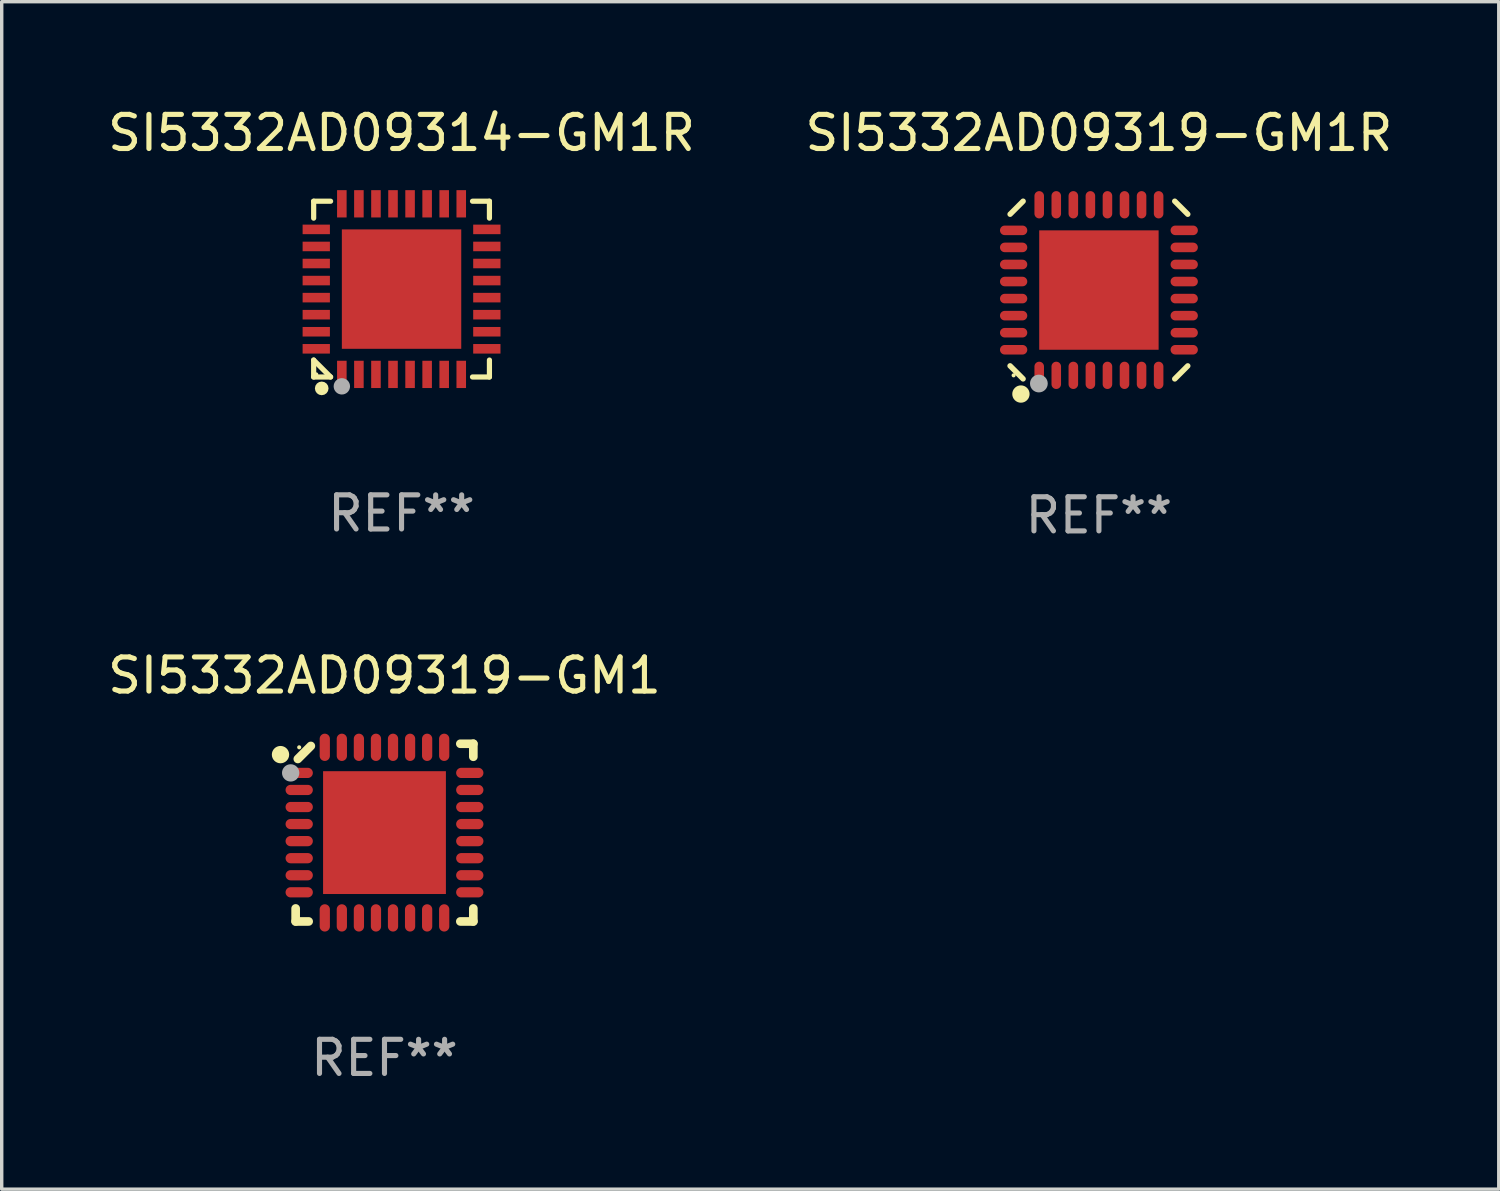
<source format=kicad_pcb>
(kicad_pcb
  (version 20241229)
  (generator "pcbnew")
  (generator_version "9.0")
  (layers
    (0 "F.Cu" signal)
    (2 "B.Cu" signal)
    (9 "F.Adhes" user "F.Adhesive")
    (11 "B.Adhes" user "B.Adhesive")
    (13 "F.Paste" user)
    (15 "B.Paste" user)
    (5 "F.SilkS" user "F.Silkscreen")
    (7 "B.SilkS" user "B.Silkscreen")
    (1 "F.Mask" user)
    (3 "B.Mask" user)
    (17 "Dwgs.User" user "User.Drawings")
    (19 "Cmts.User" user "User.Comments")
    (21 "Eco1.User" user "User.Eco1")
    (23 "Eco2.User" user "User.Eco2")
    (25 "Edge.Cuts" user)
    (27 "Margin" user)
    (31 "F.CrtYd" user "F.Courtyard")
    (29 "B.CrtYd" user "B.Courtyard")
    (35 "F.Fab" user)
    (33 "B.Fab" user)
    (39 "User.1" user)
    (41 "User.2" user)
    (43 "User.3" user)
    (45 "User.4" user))
  (footprint "SI5332AD09319-GM1R"
    (layer "F.Cu")
    (at 29.161 5.452)
    (property "Reference" "SI5332AD09319-GM1R" (at 0 -4.604 0) (layer "F.SilkS") (effects (font (size 1 1) (thickness 0.15))))
    (attr through_hole)
    (fp_line (start -2.223 2.603) (end -2.604 2.222) (stroke (width 0.16) (type solid)) (layer "F.SilkS"))
    (fp_line (start -2.222 -2.604) (end -2.603 -2.223) (stroke (width 0.16) (type solid)) (layer "F.SilkS"))
    (fp_line (start 2.223 -2.604) (end 2.604 -2.223) (stroke (width 0.16) (type solid)) (layer "F.SilkS"))
    (fp_line (start 2.604 2.223) (end 2.223 2.604) (stroke (width 0.16) (type solid)) (layer "F.SilkS"))
    (fp_circle (center -2.5 2.5) (end -2.47 2.5) (stroke (width 0.06) (type solid)) (fill no) (layer "F.SilkS"))
    (fp_circle (center -2.286 3.048) (end -2.159 3.048) (stroke (width 0.254) (type solid)) (fill no) (layer "F.SilkS"))
    (fp_circle (center -1.76 2.74) (end -1.63 2.74) (stroke (width 0.26) (type solid)) (fill no) (layer "F.Fab"))
    (fp_text user "REF**" (at 0 6.604 0) (layer "F.Fab") (effects (font (size 1 1) (thickness 0.15))))
    (pad "1" smd oval (at -1.75 2.5) (size 0.28 0.8) (layers "F.Cu" "F.Mask" "F.Paste"))
    (pad "2" smd oval (at -1.25 2.5) (size 0.28 0.8) (layers "F.Cu" "F.Mask" "F.Paste"))
    (pad "3" smd oval (at -0.75 2.5) (size 0.28 0.8) (layers "F.Cu" "F.Mask" "F.Paste"))
    (pad "4" smd oval (at -0.25 2.5) (size 0.28 0.8) (layers "F.Cu" "F.Mask" "F.Paste"))
    (pad "5" smd oval (at 0.25 2.5) (size 0.28 0.8) (layers "F.Cu" "F.Mask" "F.Paste"))
    (pad "6" smd oval (at 0.75 2.5) (size 0.28 0.8) (layers "F.Cu" "F.Mask" "F.Paste"))
    (pad "7" smd oval (at 1.25 2.5) (size 0.28 0.8) (layers "F.Cu" "F.Mask" "F.Paste"))
    (pad "8" smd oval (at 1.75 2.5) (size 0.28 0.8) (layers "F.Cu" "F.Mask" "F.Paste"))
    (pad "9" smd oval (at 2.5 1.75) (size 0.8 0.28) (layers "F.Cu" "F.Mask" "F.Paste"))
    (pad "10" smd oval (at 2.5 1.25) (size 0.8 0.28) (layers "F.Cu" "F.Mask" "F.Paste"))
    (pad "11" smd oval (at 2.5 0.75) (size 0.8 0.28) (layers "F.Cu" "F.Mask" "F.Paste"))
    (pad "12" smd oval (at 2.5 0.25) (size 0.8 0.28) (layers "F.Cu" "F.Mask" "F.Paste"))
    (pad "13" smd oval (at 2.5 -0.25) (size 0.8 0.28) (layers "F.Cu" "F.Mask" "F.Paste"))
    (pad "14" smd oval (at 2.5 -0.75) (size 0.8 0.28) (layers "F.Cu" "F.Mask" "F.Paste"))
    (pad "15" smd oval (at 2.5 -1.25) (size 0.8 0.28) (layers "F.Cu" "F.Mask" "F.Paste"))
    (pad "16" smd oval (at 2.5 -1.75) (size 0.8 0.28) (layers "F.Cu" "F.Mask" "F.Paste"))
    (pad "17" smd oval (at 1.75 -2.5) (size 0.28 0.8) (layers "F.Cu" "F.Mask" "F.Paste"))
    (pad "18" smd oval (at 1.25 -2.5) (size 0.28 0.8) (layers "F.Cu" "F.Mask" "F.Paste"))
    (pad "19" smd oval (at 0.75 -2.5) (size 0.28 0.8) (layers "F.Cu" "F.Mask" "F.Paste"))
    (pad "20" smd oval (at 0.25 -2.5) (size 0.28 0.8) (layers "F.Cu" "F.Mask" "F.Paste"))
    (pad "21" smd oval (at -0.25 -2.5) (size 0.28 0.8) (layers "F.Cu" "F.Mask" "F.Paste"))
    (pad "22" smd oval (at -0.75 -2.5) (size 0.28 0.8) (layers "F.Cu" "F.Mask" "F.Paste"))
    (pad "23" smd oval (at -1.25 -2.5) (size 0.28 0.8) (layers "F.Cu" "F.Mask" "F.Paste"))
    (pad "24" smd oval (at -1.75 -2.5) (size 0.28 0.8) (layers "F.Cu" "F.Mask" "F.Paste"))
    (pad "25" smd oval (at -2.5 -1.75) (size 0.8 0.28) (layers "F.Cu" "F.Mask" "F.Paste"))
    (pad "26" smd oval (at -2.5 -1.25) (size 0.8 0.28) (layers "F.Cu" "F.Mask" "F.Paste"))
    (pad "27" smd oval (at -2.5 -0.75) (size 0.8 0.28) (layers "F.Cu" "F.Mask" "F.Paste"))
    (pad "28" smd oval (at -2.5 -0.25) (size 0.8 0.28) (layers "F.Cu" "F.Mask" "F.Paste"))
    (pad "29" smd oval (at -2.5 0.25) (size 0.8 0.28) (layers "F.Cu" "F.Mask" "F.Paste"))
    (pad "30" smd oval (at -2.5 0.75) (size 0.8 0.28) (layers "F.Cu" "F.Mask" "F.Paste"))
    (pad "31" smd oval (at -2.5 1.25) (size 0.8 0.28) (layers "F.Cu" "F.Mask" "F.Paste"))
    (pad "32" smd oval (at -2.5 1.75) (size 0.8 0.28) (layers "F.Cu" "F.Mask" "F.Paste"))
    (pad "33" smd rect (at 0.000038 -0.000025) (size 3.5 3.5) (layers "F.Cu" "F.Mask" "F.Paste")))
  (footprint "SI5332AD09314-GM1R"
    (layer "F.Cu")
    (at 8.72 5.424)
    (property "Reference" "SI5332AD09314-GM1R" (at 0 -4.576 0) (layer "F.SilkS") (effects (font (size 1 1) (thickness 0.15))))
    (attr through_hole)
    (fp_line (start -2.576 -2.576) (end -2.08 -2.576) (stroke (width 0.152) (type solid)) (layer "F.SilkS"))
    (fp_line (start -2.576 -2.08) (end -2.576 -2.576) (stroke (width 0.152) (type solid)) (layer "F.SilkS"))
    (fp_line (start -2.576 2.08) (end -2.576 2.576) (stroke (width 0.152) (type solid)) (layer "F.SilkS"))
    (fp_line (start -2.576 2.08) (end -2.08 2.576) (stroke (width 0.152) (type solid)) (layer "F.SilkS"))
    (fp_line (start -2.576 2.576) (end -2.08 2.576) (stroke (width 0.152) (type solid)) (layer "F.SilkS"))
    (fp_line (start 2.576 -2.576) (end 2.08 -2.576) (stroke (width 0.152) (type solid)) (layer "F.SilkS"))
    (fp_line (start 2.576 -2.08) (end 2.576 -2.576) (stroke (width 0.152) (type solid)) (layer "F.SilkS"))
    (fp_line (start 2.576 2.08) (end 2.576 2.576) (stroke (width 0.152) (type solid)) (layer "F.SilkS"))
    (fp_line (start 2.576 2.576) (end 2.08 2.576) (stroke (width 0.152) (type solid)) (layer "F.SilkS"))
    (fp_circle (center -2.5 2.5) (end -2.47 2.5) (stroke (width 0.06) (type solid)) (fill no) (layer "F.SilkS"))
    (fp_circle (center -2.34 2.91) (end -2.24 2.91) (stroke (width 0.2) (type solid)) (fill no) (layer "F.SilkS"))
    (fp_circle (center -1.75 2.85) (end -1.63 2.85) (stroke (width 0.24) (type solid)) (fill no) (layer "F.Fab"))
    (fp_text user "REF**" (at 0 6.576 0) (layer "F.Fab") (effects (font (size 1 1) (thickness 0.15))))
    (pad "1" smd rect (at -1.75 2.5) (size 0.28 0.8) (layers "F.Cu" "F.Mask" "F.Paste"))
    (pad "2" smd rect (at -1.25 2.5) (size 0.28 0.8) (layers "F.Cu" "F.Mask" "F.Paste"))
    (pad "3" smd rect (at -0.75 2.5) (size 0.28 0.8) (layers "F.Cu" "F.Mask" "F.Paste"))
    (pad "4" smd rect (at -0.25 2.5) (size 0.28 0.8) (layers "F.Cu" "F.Mask" "F.Paste"))
    (pad "5" smd rect (at 0.25 2.5) (size 0.28 0.8) (layers "F.Cu" "F.Mask" "F.Paste"))
    (pad "6" smd rect (at 0.75 2.5) (size 0.28 0.8) (layers "F.Cu" "F.Mask" "F.Paste"))
    (pad "7" smd rect (at 1.25 2.5) (size 0.28 0.8) (layers "F.Cu" "F.Mask" "F.Paste"))
    (pad "8" smd rect (at 1.75 2.5) (size 0.28 0.8) (layers "F.Cu" "F.Mask" "F.Paste"))
    (pad "9" smd rect (at 2.5 1.75) (size 0.8 0.28) (layers "F.Cu" "F.Mask" "F.Paste"))
    (pad "10" smd rect (at 2.5 1.25) (size 0.8 0.28) (layers "F.Cu" "F.Mask" "F.Paste"))
    (pad "11" smd rect (at 2.5 0.75) (size 0.8 0.28) (layers "F.Cu" "F.Mask" "F.Paste"))
    (pad "12" smd rect (at 2.5 0.25) (size 0.8 0.28) (layers "F.Cu" "F.Mask" "F.Paste"))
    (pad "13" smd rect (at 2.5 -0.25) (size 0.8 0.28) (layers "F.Cu" "F.Mask" "F.Paste"))
    (pad "14" smd rect (at 2.5 -0.75) (size 0.8 0.28) (layers "F.Cu" "F.Mask" "F.Paste"))
    (pad "15" smd rect (at 2.5 -1.25) (size 0.8 0.28) (layers "F.Cu" "F.Mask" "F.Paste"))
    (pad "16" smd rect (at 2.5 -1.75) (size 0.8 0.28) (layers "F.Cu" "F.Mask" "F.Paste"))
    (pad "17" smd rect (at 1.75 -2.5) (size 0.28 0.8) (layers "F.Cu" "F.Mask" "F.Paste"))
    (pad "18" smd rect (at 1.25 -2.5) (size 0.28 0.8) (layers "F.Cu" "F.Mask" "F.Paste"))
    (pad "19" smd rect (at 0.75 -2.5) (size 0.28 0.8) (layers "F.Cu" "F.Mask" "F.Paste"))
    (pad "20" smd rect (at 0.25 -2.5) (size 0.28 0.8) (layers "F.Cu" "F.Mask" "F.Paste"))
    (pad "21" smd rect (at -0.25 -2.5) (size 0.28 0.8) (layers "F.Cu" "F.Mask" "F.Paste"))
    (pad "22" smd rect (at -0.75 -2.5) (size 0.28 0.8) (layers "F.Cu" "F.Mask" "F.Paste"))
    (pad "23" smd rect (at -1.25 -2.5) (size 0.28 0.8) (layers "F.Cu" "F.Mask" "F.Paste"))
    (pad "24" smd rect (at -1.75 -2.5) (size 0.28 0.8) (layers "F.Cu" "F.Mask" "F.Paste"))
    (pad "25" smd rect (at -2.5 -1.75) (size 0.8 0.28) (layers "F.Cu" "F.Mask" "F.Paste"))
    (pad "26" smd rect (at -2.5 -1.25) (size 0.8 0.28) (layers "F.Cu" "F.Mask" "F.Paste"))
    (pad "27" smd rect (at -2.5 -0.75) (size 0.8 0.28) (layers "F.Cu" "F.Mask" "F.Paste"))
    (pad "28" smd rect (at -2.5 -0.25) (size 0.8 0.28) (layers "F.Cu" "F.Mask" "F.Paste"))
    (pad "29" smd rect (at -2.5 0.25) (size 0.8 0.28) (layers "F.Cu" "F.Mask" "F.Paste"))
    (pad "30" smd rect (at -2.5 0.75) (size 0.8 0.28) (layers "F.Cu" "F.Mask" "F.Paste"))
    (pad "31" smd rect (at -2.5 1.25) (size 0.8 0.28) (layers "F.Cu" "F.Mask" "F.Paste"))
    (pad "32" smd rect (at -2.5 1.75) (size 0.8 0.28) (layers "F.Cu" "F.Mask" "F.Paste"))
    (pad "33" smd rect (at 0 0) (size 3.5 3.5) (layers "F.Cu" "F.Mask" "F.Paste")))
  (footprint "SI5332AD09319-GM1"
    (layer "F.Cu")
    (at 8.22 21.355)
    (property "Reference" "SI5332AD09319-GM1" (at 0 -4.604 0) (layer "F.SilkS") (effects (font (size 1 1) (thickness 0.15))))
    (attr through_hole)
    (fp_line (start -2.604 2.223) (end -2.604 2.604) (stroke (width 0.254) (type solid)) (layer "F.SilkS"))
    (fp_line (start -2.604 2.604) (end -2.223 2.604) (stroke (width 0.254) (type solid)) (layer "F.SilkS"))
    (fp_line (start -2.159 -2.54) (end -2.54 -2.159) (stroke (width 0.254) (type solid)) (layer "F.SilkS"))
    (fp_line (start 2.223 2.604) (end 2.604 2.604) (stroke (width 0.254) (type solid)) (layer "F.SilkS"))
    (fp_line (start 2.604 -2.604) (end 2.223 -2.604) (stroke (width 0.254) (type solid)) (layer "F.SilkS"))
    (fp_line (start 2.604 -2.223) (end 2.604 -2.604) (stroke (width 0.254) (type solid)) (layer "F.SilkS"))
    (fp_line (start 2.604 2.604) (end 2.604 2.223) (stroke (width 0.254) (type solid)) (layer "F.SilkS"))
    (fp_circle (center -3.048 -2.286) (end -2.921 -2.286) (stroke (width 0.254) (type solid)) (fill no) (layer "F.SilkS"))
    (fp_circle (center -2.5 -2.5) (end -2.47 -2.5) (stroke (width 0.06) (type solid)) (fill no) (layer "F.SilkS"))
    (fp_circle (center -2.75 -1.75) (end -2.623 -1.75) (stroke (width 0.254) (type solid)) (fill no) (layer "F.Fab"))
    (fp_text user "REF**" (at 0 6.604 0) (layer "F.Fab") (effects (font (size 1 1) (thickness 0.15))))
    (pad "1" smd oval (at -2.5 -1.75) (size 0.8 0.3) (layers "F.Cu" "F.Mask" "F.Paste"))
    (pad "2" smd oval (at -2.5 -1.25) (size 0.8 0.3) (layers "F.Cu" "F.Mask" "F.Paste"))
    (pad "3" smd oval (at -2.5 -0.75) (size 0.8 0.3) (layers "F.Cu" "F.Mask" "F.Paste"))
    (pad "4" smd oval (at -2.5 -0.25) (size 0.8 0.3) (layers "F.Cu" "F.Mask" "F.Paste"))
    (pad "5" smd oval (at -2.5 0.25) (size 0.8 0.3) (layers "F.Cu" "F.Mask" "F.Paste"))
    (pad "6" smd oval (at -2.5 0.75) (size 0.8 0.3) (layers "F.Cu" "F.Mask" "F.Paste"))
    (pad "7" smd oval (at -2.5 1.25) (size 0.8 0.3) (layers "F.Cu" "F.Mask" "F.Paste"))
    (pad "8" smd oval (at -2.5 1.75) (size 0.8 0.3) (layers "F.Cu" "F.Mask" "F.Paste"))
    (pad "9" smd oval (at -1.75 2.5) (size 0.3 0.8) (layers "F.Cu" "F.Mask" "F.Paste"))
    (pad "10" smd oval (at -1.25 2.5) (size 0.3 0.8) (layers "F.Cu" "F.Mask" "F.Paste"))
    (pad "11" smd oval (at -0.75 2.5) (size 0.3 0.8) (layers "F.Cu" "F.Mask" "F.Paste"))
    (pad "12" smd oval (at -0.25 2.5) (size 0.3 0.8) (layers "F.Cu" "F.Mask" "F.Paste"))
    (pad "13" smd oval (at 0.25 2.5) (size 0.3 0.8) (layers "F.Cu" "F.Mask" "F.Paste"))
    (pad "14" smd oval (at 0.75 2.5) (size 0.3 0.8) (layers "F.Cu" "F.Mask" "F.Paste"))
    (pad "15" smd oval (at 1.25 2.5) (size 0.3 0.8) (layers "F.Cu" "F.Mask" "F.Paste"))
    (pad "16" smd oval (at 1.75 2.5) (size 0.3 0.8) (layers "F.Cu" "F.Mask" "F.Paste"))
    (pad "17" smd oval (at 2.5 1.75) (size 0.8 0.3) (layers "F.Cu" "F.Mask" "F.Paste"))
    (pad "18" smd oval (at 2.5 1.25) (size 0.8 0.3) (layers "F.Cu" "F.Mask" "F.Paste"))
    (pad "19" smd oval (at 2.5 0.75) (size 0.8 0.3) (layers "F.Cu" "F.Mask" "F.Paste"))
    (pad "20" smd oval (at 2.5 0.25) (size 0.8 0.3) (layers "F.Cu" "F.Mask" "F.Paste"))
    (pad "21" smd oval (at 2.5 -0.25) (size 0.8 0.3) (layers "F.Cu" "F.Mask" "F.Paste"))
    (pad "22" smd oval (at 2.5 -0.75) (size 0.8 0.3) (layers "F.Cu" "F.Mask" "F.Paste"))
    (pad "23" smd oval (at 2.5 -1.25) (size 0.8 0.3) (layers "F.Cu" "F.Mask" "F.Paste"))
    (pad "24" smd oval (at 2.5 -1.75) (size 0.8 0.3) (layers "F.Cu" "F.Mask" "F.Paste"))
    (pad "25" smd oval (at 1.75 -2.5) (size 0.3 0.8) (layers "F.Cu" "F.Mask" "F.Paste"))
    (pad "26" smd oval (at 1.25 -2.5) (size 0.3 0.8) (layers "F.Cu" "F.Mask" "F.Paste"))
    (pad "27" smd oval (at 0.75 -2.5) (size 0.3 0.8) (layers "F.Cu" "F.Mask" "F.Paste"))
    (pad "28" smd oval (at 0.25 -2.5) (size 0.3 0.8) (layers "F.Cu" "F.Mask" "F.Paste"))
    (pad "29" smd oval (at -0.25 -2.5) (size 0.3 0.8) (layers "F.Cu" "F.Mask" "F.Paste"))
    (pad "30" smd oval (at -0.75 -2.5) (size 0.3 0.8) (layers "F.Cu" "F.Mask" "F.Paste"))
    (pad "31" smd oval (at -1.25 -2.5) (size 0.3 0.8) (layers "F.Cu" "F.Mask" "F.Paste"))
    (pad "32" smd oval (at -1.75 -2.5) (size 0.3 0.8) (layers "F.Cu" "F.Mask" "F.Paste"))
    (pad "33" smd rect (at -0.000076 0) (size 3.6 3.6) (layers "F.Cu" "F.Mask" "F.Paste")))
  (gr_rect
    (start -3 -3)
    (end 40.881 31.807)
    (stroke (width 0.1) (type default))
    (fill no)
    (layer "Edge.Cuts")))
</source>
